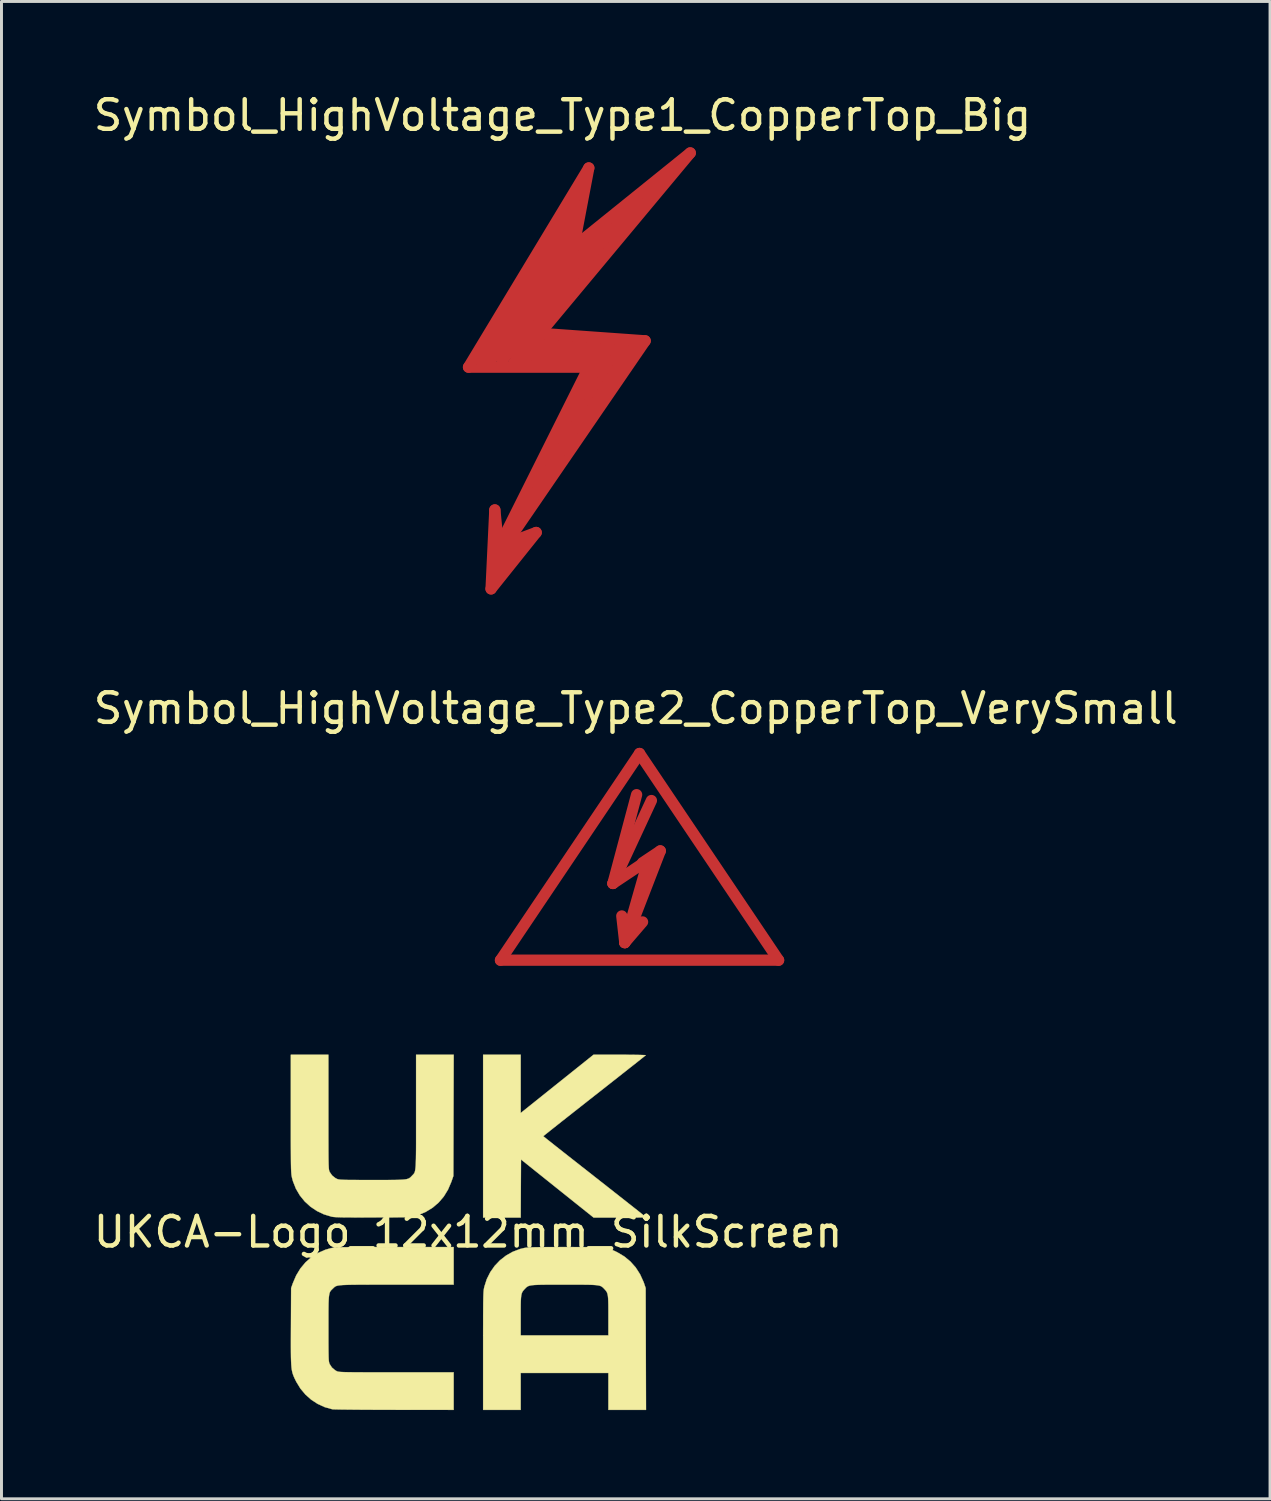
<source format=kicad_pcb>
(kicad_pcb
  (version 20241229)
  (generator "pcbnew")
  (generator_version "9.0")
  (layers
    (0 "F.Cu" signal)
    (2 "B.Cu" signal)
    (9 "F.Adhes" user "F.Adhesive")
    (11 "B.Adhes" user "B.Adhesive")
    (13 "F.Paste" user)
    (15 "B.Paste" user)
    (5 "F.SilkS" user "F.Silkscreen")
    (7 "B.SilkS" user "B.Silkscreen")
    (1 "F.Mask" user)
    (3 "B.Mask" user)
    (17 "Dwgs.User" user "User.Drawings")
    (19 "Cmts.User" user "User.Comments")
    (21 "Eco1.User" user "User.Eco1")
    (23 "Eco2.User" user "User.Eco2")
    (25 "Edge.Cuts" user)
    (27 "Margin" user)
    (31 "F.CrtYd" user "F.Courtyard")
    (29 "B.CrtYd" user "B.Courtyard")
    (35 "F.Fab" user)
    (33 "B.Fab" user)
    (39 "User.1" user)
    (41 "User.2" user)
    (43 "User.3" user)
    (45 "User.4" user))
  (footprint "Symbol_HighVoltage_Type2_CopperTop_VerySmall"
    (layer "F.Cu")
    (at 18.562 26.604)
    (property "Reference" "Symbol_HighVoltage_Type2_CopperTop_VerySmall" (at -0.127 -5.715 0) (layer "F.SilkS") (effects (font (size 1 1) (thickness 0.15))))
    (attr exclude_from_pos_files exclude_from_bom)
    (fp_line (start -4.699 2.794) (end 0 -4.191) (stroke (width 0.381) (type solid)) (layer "F.Cu"))
    (fp_line (start -0.899 0.201) (end 0.3 -0.599) (stroke (width 0.381) (type solid)) (layer "F.Cu"))
    (fp_line (start -0.899 0.201) (end 0.401 -2.601) (stroke (width 0.381) (type solid)) (layer "F.Cu"))
    (fp_line (start -0.498 2.2) (end -0.599 1.3) (stroke (width 0.381) (type solid)) (layer "F.Cu"))
    (fp_line (start -0.498 2.2) (end 0.102 1.501) (stroke (width 0.381) (type solid)) (layer "F.Cu"))
    (fp_line (start -0.498 2.2) (end 0.701 -0.899) (stroke (width 0.381) (type solid)) (layer "F.Cu"))
    (fp_line (start -0.099 -2.799) (end -0.899 0.201) (stroke (width 0.381) (type solid)) (layer "F.Cu"))
    (fp_line (start 0 -4.191) (end 4.699 2.794) (stroke (width 0.381) (type solid)) (layer "F.Cu"))
    (fp_line (start 0.3 -0.599) (end -0.498 2.2) (stroke (width 0.381) (type solid)) (layer "F.Cu"))
    (fp_line (start 0.701 -0.899) (end 0.102 -0.5) (stroke (width 0.381) (type solid)) (layer "F.Cu"))
    (fp_line (start 4.699 2.794) (end -4.699 2.794) (stroke (width 0.381) (type solid)) (layer "F.Cu")))
  (footprint "UKCA-Logo_12x12mm_SilkScreen"
    (layer "F.Cu")
    (at 12.768 38.584)
    (property "Reference" "UKCA-Logo_12x12mm_SilkScreen" (at 0 0 0) (layer "F.SilkS") (effects (font (size 1 1) (thickness 0.15))))
    (attr exclude_from_pos_files exclude_from_bom)
    (fp_poly (pts (xy 1.778 -4.021) (xy 3.008 -5.006) (xy 4.238 -5.99) (xy 5.126 -5.99) (xy 5.315 -5.99) (xy 5.49 -5.989) (xy 5.646 -5.987) (xy 5.779 -5.985) (xy 5.885 -5.982) (xy 5.96 -5.979) (xy 5.999 -5.976) (xy 6.004 -5.974) (xy 5.986 -5.959) (xy 5.938 -5.92) (xy 5.86 -5.858) (xy 5.755 -5.775) (xy 5.627 -5.673) (xy 5.475 -5.554) (xy 5.304 -5.419) (xy 5.115 -5.27) (xy 4.91 -5.109) (xy 4.692 -4.937) (xy 4.463 -4.757) (xy 4.268 -4.604) (xy 4.031 -4.418) (xy 3.804 -4.239) (xy 3.589 -4.07) (xy 3.387 -3.911) (xy 3.202 -3.765) (xy 3.035 -3.633) (xy 2.889 -3.517) (xy 2.765 -3.419) (xy 2.667 -3.34) (xy 2.595 -3.283) (xy 2.553 -3.248) (xy 2.542 -3.239) (xy 2.558 -3.224) (xy 2.606 -3.186) (xy 2.682 -3.124) (xy 2.786 -3.042) (xy 2.913 -2.941) (xy 3.063 -2.823) (xy 3.234 -2.688) (xy 3.422 -2.54) (xy 3.626 -2.38) (xy 3.843 -2.209) (xy 4.072 -2.03) (xy 4.257 -1.884) (xy 4.494 -1.698) (xy 4.721 -1.52) (xy 4.937 -1.35) (xy 5.139 -1.191) (xy 5.325 -1.045) (xy 5.493 -0.912) (xy 5.641 -0.796) (xy 5.766 -0.697) (xy 5.866 -0.617) (xy 5.939 -0.559) (xy 5.982 -0.524) (xy 5.994 -0.513) (xy 5.992 -0.507) (xy 5.972 -0.501) (xy 5.93 -0.497) (xy 5.863 -0.493) (xy 5.768 -0.491) (xy 5.643 -0.489) (xy 5.484 -0.488) (xy 5.287 -0.487) (xy 5.13 -0.487) (xy 4.244 -0.487) (xy 3.016 -1.469) (xy 1.789 -2.451) (xy 1.783 -1.469) (xy 1.778 -0.487) (xy 0.508 -0.487) (xy 0.508 -5.99) (xy 1.778 -5.99) (xy 1.778 -4.021)) (stroke (width 0.01) (type solid)) (fill yes) (layer "F.SilkS"))
    (fp_poly (pts (xy -4.72 -4.053) (xy -4.72 -3.722) (xy -4.72 -3.432) (xy -4.72 -3.179) (xy -4.719 -2.959) (xy -4.719 -2.772) (xy -4.718 -2.613) (xy -4.717 -2.481) (xy -4.715 -2.373) (xy -4.713 -2.285) (xy -4.71 -2.216) (xy -4.707 -2.162) (xy -4.703 -2.122) (xy -4.698 -2.091) (xy -4.693 -2.068) (xy -4.687 -2.051) (xy -4.679 -2.035) (xy -4.676 -2.028) (xy -4.595 -1.911) (xy -4.486 -1.824) (xy -4.434 -1.797) (xy -4.413 -1.788) (xy -4.389 -1.781) (xy -4.356 -1.775) (xy -4.313 -1.77) (xy -4.255 -1.766) (xy -4.179 -1.763) (xy -4.081 -1.761) (xy -3.957 -1.759) (xy -3.804 -1.759) (xy -3.618 -1.758) (xy -3.396 -1.758) (xy -3.239 -1.758) (xy -2.983 -1.758) (xy -2.766 -1.758) (xy -2.584 -1.759) (xy -2.433 -1.761) (xy -2.311 -1.764) (xy -2.213 -1.77) (xy -2.135 -1.777) (xy -2.075 -1.787) (xy -2.028 -1.801) (xy -1.991 -1.817) (xy -1.961 -1.838) (xy -1.933 -1.863) (xy -1.905 -1.892) (xy -1.89 -1.908) (xy -1.868 -1.931) (xy -1.848 -1.951) (xy -1.831 -1.972) (xy -1.816 -1.996) (xy -1.803 -2.025) (xy -1.793 -2.063) (xy -1.784 -2.111) (xy -1.776 -2.173) (xy -1.77 -2.251) (xy -1.766 -2.349) (xy -1.762 -2.467) (xy -1.76 -2.61) (xy -1.758 -2.78) (xy -1.757 -2.979) (xy -1.757 -3.211) (xy -1.757 -3.477) (xy -1.757 -3.78) (xy -1.757 -4.063) (xy -1.757 -5.99) (xy -0.486 -5.99) (xy -0.492 -3.942) (xy -0.497 -1.894) (xy -0.567 -1.693) (xy -0.679 -1.432) (xy -0.821 -1.2) (xy -0.994 -0.997) (xy -1.196 -0.824) (xy -1.429 -0.681) (xy -1.69 -0.569) (xy -1.694 -0.567) (xy -1.894 -0.497) (xy -3.186 -0.493) (xy -3.465 -0.493) (xy -3.705 -0.492) (xy -3.908 -0.493) (xy -4.08 -0.494) (xy -4.221 -0.495) (xy -4.336 -0.498) (xy -4.428 -0.501) (xy -4.5 -0.505) (xy -4.556 -0.51) (xy -4.597 -0.516) (xy -4.612 -0.519) (xy -4.871 -0.597) (xy -5.11 -0.711) (xy -5.328 -0.858) (xy -5.521 -1.034) (xy -5.686 -1.238) (xy -5.819 -1.465) (xy -5.917 -1.713) (xy -5.948 -1.826) (xy -5.955 -1.857) (xy -5.961 -1.889) (xy -5.967 -1.924) (xy -5.971 -1.966) (xy -5.975 -2.017) (xy -5.979 -2.08) (xy -5.982 -2.157) (xy -5.984 -2.252) (xy -5.986 -2.368) (xy -5.987 -2.506) (xy -5.988 -2.67) (xy -5.989 -2.862) (xy -5.99 -3.085) (xy -5.99 -3.342) (xy -5.99 -3.636) (xy -5.99 -3.97) (xy -5.99 -3.995) (xy -5.99 -5.99) (xy -4.72 -5.99) (xy -4.72 -4.053)) (stroke (width 0.01) (type solid)) (fill yes) (layer "F.SilkS"))
    (fp_poly (pts (xy 3.554 0.508) (xy 3.795 0.509) (xy 4 0.51) (xy 4.175 0.513) (xy 4.323 0.517) (xy 4.447 0.523) (xy 4.552 0.532) (xy 4.64 0.543) (xy 4.717 0.557) (xy 4.785 0.575) (xy 4.849 0.597) (xy 4.911 0.623) (xy 4.977 0.653) (xy 5.048 0.688) (xy 5.282 0.828) (xy 5.488 0.999) (xy 5.666 1.2) (xy 5.813 1.43) (xy 5.93 1.687) (xy 5.951 1.746) (xy 6.001 1.894) (xy 6.007 3.953) (xy 6.013 6.011) (xy 4.741 6.011) (xy 4.741 4.763) (xy 1.778 4.763) (xy 1.778 6.011) (xy 0.508 6.011) (xy 0.508 4.016) (xy 0.508 3.68) (xy 0.508 3.383) (xy 0.509 3.124) (xy 0.509 2.898) (xy 0.509 2.814) (xy 1.778 2.814) (xy 1.778 3.493) (xy 4.741 3.493) (xy 4.741 2.825) (xy 4.741 2.626) (xy 4.74 2.464) (xy 4.737 2.335) (xy 4.732 2.233) (xy 4.724 2.154) (xy 4.711 2.093) (xy 4.695 2.045) (xy 4.673 2.006) (xy 4.645 1.969) (xy 4.61 1.931) (xy 4.608 1.929) (xy 4.578 1.897) (xy 4.55 1.87) (xy 4.521 1.848) (xy 4.488 1.829) (xy 4.446 1.814) (xy 4.393 1.803) (xy 4.324 1.794) (xy 4.236 1.788) (xy 4.125 1.783) (xy 3.988 1.781) (xy 3.821 1.779) (xy 3.62 1.779) (xy 3.383 1.779) (xy 3.26 1.779) (xy 3.004 1.779) (xy 2.787 1.779) (xy 2.605 1.78) (xy 2.454 1.782) (xy 2.332 1.786) (xy 2.234 1.791) (xy 2.156 1.798) (xy 2.096 1.809) (xy 2.049 1.822) (xy 2.012 1.839) (xy 1.982 1.859) (xy 1.954 1.884) (xy 1.926 1.914) (xy 1.911 1.929) (xy 1.876 1.967) (xy 1.848 2.004) (xy 1.826 2.043) (xy 1.809 2.09) (xy 1.796 2.151) (xy 1.788 2.228) (xy 1.782 2.329) (xy 1.779 2.457) (xy 1.778 2.617) (xy 1.778 2.814) (xy 0.509 2.814) (xy 0.51 2.704) (xy 0.511 2.538) (xy 0.512 2.398) (xy 0.514 2.281) (xy 0.516 2.185) (xy 0.519 2.106) (xy 0.522 2.042) (xy 0.526 1.99) (xy 0.531 1.948) (xy 0.536 1.912) (xy 0.543 1.88) (xy 0.55 1.85) (xy 0.55 1.847) (xy 0.632 1.592) (xy 0.75 1.357) (xy 0.9 1.143) (xy 1.079 0.955) (xy 1.284 0.795) (xy 1.511 0.667) (xy 1.757 0.574) (xy 1.89 0.541) (xy 1.93 0.534) (xy 1.979 0.528) (xy 2.038 0.523) (xy 2.113 0.519) (xy 2.205 0.515) (xy 2.32 0.513) (xy 2.46 0.511) (xy 2.629 0.509) (xy 2.831 0.509) (xy 3.068 0.508) (xy 3.275 0.508) (xy 3.554 0.508)) (stroke (width 0.01) (type solid)) (fill yes) (layer "F.SilkS"))
    (fp_poly (pts (xy -0.487 1.778) (xy -2.414 1.778) (xy -2.751 1.778) (xy -3.048 1.778) (xy -3.308 1.778) (xy -3.534 1.779) (xy -3.728 1.78) (xy -3.893 1.781) (xy -4.031 1.784) (xy -4.146 1.788) (xy -4.24 1.792) (xy -4.315 1.798) (xy -4.375 1.806) (xy -4.421 1.815) (xy -4.458 1.827) (xy -4.486 1.84) (xy -4.509 1.855) (xy -4.529 1.873) (xy -4.55 1.893) (xy -4.569 1.911) (xy -4.601 1.942) (xy -4.628 1.969) (xy -4.651 1.998) (xy -4.669 2.031) (xy -4.684 2.073) (xy -4.695 2.127) (xy -4.704 2.196) (xy -4.71 2.284) (xy -4.715 2.395) (xy -4.717 2.532) (xy -4.719 2.699) (xy -4.719 2.899) (xy -4.719 3.137) (xy -4.719 3.26) (xy -4.719 3.506) (xy -4.719 3.713) (xy -4.718 3.886) (xy -4.717 4.027) (xy -4.715 4.14) (xy -4.713 4.229) (xy -4.71 4.298) (xy -4.706 4.35) (xy -4.7 4.389) (xy -4.694 4.419) (xy -4.686 4.443) (xy -4.678 4.461) (xy -4.603 4.578) (xy -4.493 4.671) (xy -4.441 4.701) (xy -4.426 4.708) (xy -4.408 4.714) (xy -4.385 4.719) (xy -4.354 4.724) (xy -4.313 4.728) (xy -4.258 4.731) (xy -4.186 4.734) (xy -4.096 4.736) (xy -3.985 4.738) (xy -3.85 4.739) (xy -3.688 4.74) (xy -3.497 4.741) (xy -3.273 4.741) (xy -3.015 4.741) (xy -2.72 4.741) (xy -2.424 4.741) (xy -0.487 4.741) (xy -0.487 6.011) (xy -2.492 6.009) (xy -2.782 6.008) (xy -3.061 6.008) (xy -3.327 6.006) (xy -3.576 6.005) (xy -3.805 6.003) (xy -4.011 6.001) (xy -4.19 5.999) (xy -4.341 5.997) (xy -4.459 5.994) (xy -4.542 5.992) (xy -4.587 5.989) (xy -4.592 5.988) (xy -4.843 5.918) (xy -5.08 5.81) (xy -5.3 5.667) (xy -5.496 5.493) (xy -5.665 5.291) (xy -5.803 5.065) (xy -5.812 5.048) (xy -5.847 4.977) (xy -5.877 4.914) (xy -5.902 4.854) (xy -5.924 4.794) (xy -5.942 4.73) (xy -5.956 4.659) (xy -5.967 4.577) (xy -5.975 4.48) (xy -5.981 4.365) (xy -5.985 4.228) (xy -5.987 4.066) (xy -5.988 3.875) (xy -5.988 3.65) (xy -5.987 3.39) (xy -5.986 3.204) (xy -5.98 1.894) (xy -5.92 1.725) (xy -5.807 1.463) (xy -5.664 1.229) (xy -5.492 1.023) (xy -5.295 0.849) (xy -5.073 0.708) (xy -4.828 0.601) (xy -4.657 0.551) (xy -4.625 0.544) (xy -4.593 0.538) (xy -4.559 0.532) (xy -4.518 0.527) (xy -4.469 0.523) (xy -4.408 0.52) (xy -4.333 0.517) (xy -4.242 0.514) (xy -4.13 0.513) (xy -3.997 0.511) (xy -3.838 0.51) (xy -3.652 0.509) (xy -3.434 0.509) (xy -3.184 0.508) (xy -2.897 0.508) (xy -2.572 0.508) (xy -2.482 0.508) (xy -0.487 0.508) (xy -0.487 1.778)) (stroke (width 0.01) (type solid)) (fill yes) (layer "F.SilkS")))
  (footprint "Symbol_HighVoltage_Type1_CopperTop_Big"
    (layer "F.Cu")
    (at 15.958 8.976)
    (property "Reference" "Symbol_HighVoltage_Type1_CopperTop_Big" (at 0 -8.128 0) (layer "F.SilkS") (effects (font (size 1 1) (thickness 0.15))))
    (attr exclude_from_pos_files exclude_from_bom)
    (fp_line (start -3.175 0.381) (end 0.889 0.381) (stroke (width 0.381) (type solid)) (layer "F.Cu"))
    (fp_line (start -2.794 0.254) (end 0.381 -4.318) (stroke (width 0.381) (type solid)) (layer "F.Cu"))
    (fp_line (start -2.413 0.127) (end 0.254 -3.556) (stroke (width 0.381) (type solid)) (layer "F.Cu"))
    (fp_line (start -2.413 7.874) (end -0.889 5.969) (stroke (width 0.381) (type solid)) (layer "F.Cu"))
    (fp_line (start -2.286 5.207) (end -2.413 7.874) (stroke (width 0.381) (type solid)) (layer "F.Cu"))
    (fp_line (start -2.286 7.239) (end -1.905 6.35) (stroke (width 0.381) (type solid)) (layer "F.Cu"))
    (fp_line (start -2.159 6.477) (end -2.286 5.207) (stroke (width 0.381) (type solid)) (layer "F.Cu"))
    (fp_line (start -2.032 0.127) (end 2.667 -5.207) (stroke (width 0.381) (type solid)) (layer "F.Cu"))
    (fp_line (start -1.905 6.096) (end -1.778 6.223) (stroke (width 0.381) (type solid)) (layer "F.Cu"))
    (fp_line (start -1.905 6.35) (end -1.778 5.969) (stroke (width 0.381) (type solid)) (layer "F.Cu"))
    (fp_line (start -1.905 6.35) (end 2.794 -0.508) (stroke (width 0.381) (type solid)) (layer "F.Cu"))
    (fp_line (start -1.778 5.969) (end -1.905 6.096) (stroke (width 0.381) (type solid)) (layer "F.Cu"))
    (fp_line (start -1.651 0.254) (end 2.032 0.127) (stroke (width 0.381) (type solid)) (layer "F.Cu"))
    (fp_line (start -1.524 6.477) (end -2.286 7.239) (stroke (width 0.381) (type solid)) (layer "F.Cu"))
    (fp_line (start -1.397 5.461) (end 1.397 0.127) (stroke (width 0.381) (type solid)) (layer "F.Cu"))
    (fp_line (start -1.143 0) (end 1.905 -0.127) (stroke (width 0.381) (type solid)) (layer "F.Cu"))
    (fp_line (start -1.016 -1.524) (end 1.524 -4.445) (stroke (width 0.381) (type solid)) (layer "F.Cu"))
    (fp_line (start -1.016 -1.016) (end -0.762 -0.381) (stroke (width 0.381) (type solid)) (layer "F.Cu"))
    (fp_line (start -1.016 -0.381) (end -1.143 0) (stroke (width 0.381) (type solid)) (layer "F.Cu"))
    (fp_line (start -0.889 5.969) (end -1.905 6.35) (stroke (width 0.381) (type solid)) (layer "F.Cu"))
    (fp_line (start -0.762 -0.762) (end 4.318 -6.858) (stroke (width 0.381) (type solid)) (layer "F.Cu"))
    (fp_line (start 0.254 -3.556) (end -2.032 0.127) (stroke (width 0.381) (type solid)) (layer "F.Cu"))
    (fp_line (start 0.381 -4.318) (end -2.413 0.127) (stroke (width 0.381) (type solid)) (layer "F.Cu"))
    (fp_line (start 0.381 -3.683) (end 0.889 -6.35) (stroke (width 0.381) (type solid)) (layer "F.Cu"))
    (fp_line (start 0.508 -5.588) (end 0.381 -4.953) (stroke (width 0.381) (type solid)) (layer "F.Cu"))
    (fp_line (start 0.508 -5.08) (end -2.794 0.254) (stroke (width 0.381) (type solid)) (layer "F.Cu"))
    (fp_line (start 0.889 -6.35) (end -3.175 0.381) (stroke (width 0.381) (type solid)) (layer "F.Cu"))
    (fp_line (start 0.889 0.381) (end -2.159 6.477) (stroke (width 0.381) (type solid)) (layer "F.Cu"))
    (fp_line (start 1.397 0.127) (end 2.032 0.127) (stroke (width 0.381) (type solid)) (layer "F.Cu"))
    (fp_line (start 1.524 -4.445) (end -1.651 0.254) (stroke (width 0.381) (type solid)) (layer "F.Cu"))
    (fp_line (start 1.905 -0.127) (end -1.397 5.461) (stroke (width 0.381) (type solid)) (layer "F.Cu"))
    (fp_line (start 2.032 0.127) (end 0.762 2.159) (stroke (width 0.381) (type solid)) (layer "F.Cu"))
    (fp_line (start 2.032 0.127) (end 2.413 -0.381) (stroke (width 0.381) (type solid)) (layer "F.Cu"))
    (fp_line (start 2.413 -0.381) (end -1.016 -0.381) (stroke (width 0.381) (type solid)) (layer "F.Cu"))
    (fp_line (start 2.667 -5.207) (end -1.016 -1.524) (stroke (width 0.381) (type solid)) (layer "F.Cu"))
    (fp_line (start 2.794 -0.508) (end -0.762 -0.762) (stroke (width 0.381) (type solid)) (layer "F.Cu"))
    (fp_line (start 3.048 -5.461) (end 0.127 -3.175) (stroke (width 0.381) (type solid)) (layer "F.Cu"))
    (fp_line (start 4.318 -6.858) (end 0.381 -3.683) (stroke (width 0.381) (type solid)) (layer "F.Cu")))
  (gr_rect
    (start -3 -3)
    (end 39.869 47.6)
    (stroke (width 0.1) (type default))
    (fill no)
    (layer "Edge.Cuts")))
</source>
